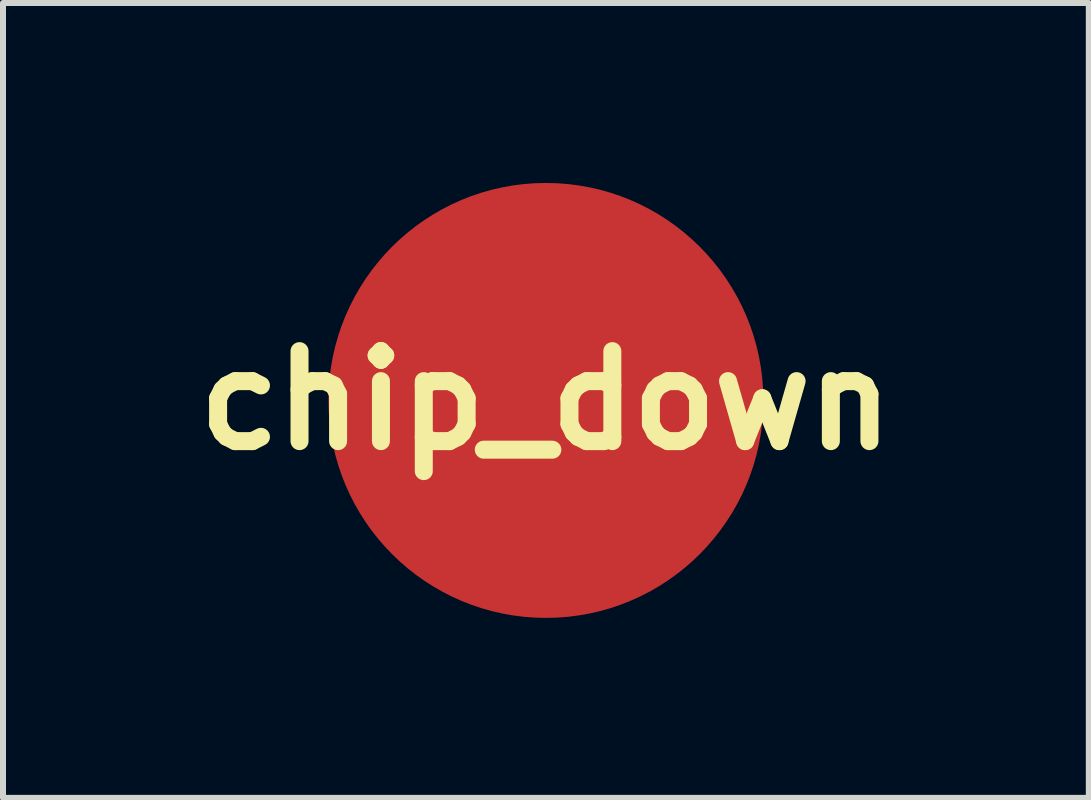
<source format=kicad_pcb>
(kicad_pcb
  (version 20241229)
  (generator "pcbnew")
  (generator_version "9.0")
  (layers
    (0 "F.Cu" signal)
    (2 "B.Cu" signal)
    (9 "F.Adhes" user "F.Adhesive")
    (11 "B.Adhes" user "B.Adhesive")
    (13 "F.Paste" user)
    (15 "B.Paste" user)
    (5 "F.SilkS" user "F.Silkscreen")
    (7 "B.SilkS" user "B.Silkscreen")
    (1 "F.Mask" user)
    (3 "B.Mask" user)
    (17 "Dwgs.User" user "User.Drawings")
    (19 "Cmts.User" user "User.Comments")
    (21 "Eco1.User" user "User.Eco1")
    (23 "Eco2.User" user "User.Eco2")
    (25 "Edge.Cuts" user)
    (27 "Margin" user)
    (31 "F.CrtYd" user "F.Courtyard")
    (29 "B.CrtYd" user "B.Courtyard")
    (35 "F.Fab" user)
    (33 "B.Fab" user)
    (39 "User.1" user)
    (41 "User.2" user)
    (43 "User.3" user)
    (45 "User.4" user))
  (footprint "chip_down"
    (layer "F.Cu")
    (at 6.05 3.625)
    (property "Reference" "chip_down" (at 0 0 0) (layer "F.SilkS") (effects (font (size 1.5 1.5) (thickness 0.3))))
    (attr board_only exclude_from_pos_files exclude_from_bom)
    (fp_poly (pts (xy 0.013 -1.841) (xy 0.036 -1.841) (xy 0.059 -1.841) (xy 0.08 -1.84) (xy 0.099 -1.84) (xy 0.115 -1.839) (xy 0.127 -1.839) (xy 0.204 -1.832) (xy 0.278 -1.824) (xy 0.35 -1.814) (xy 0.421 -1.801) (xy 0.49 -1.786) (xy 0.56 -1.768) (xy 0.629 -1.748) (xy 0.657 -1.74) (xy 0.669 -1.736) (xy 0.68 -1.732) (xy 0.688 -1.729) (xy 0.695 -1.727) (xy 0.698 -1.725) (xy 0.698 -1.725) (xy 0.697 -1.722) (xy 0.693 -1.717) (xy 0.688 -1.71) (xy 0.681 -1.702) (xy 0.674 -1.693) (xy 0.666 -1.684) (xy 0.658 -1.675) (xy 0.653 -1.67) (xy 0.623 -1.643) (xy 0.59 -1.618) (xy 0.554 -1.595) (xy 0.515 -1.573) (xy 0.473 -1.553) (xy 0.428 -1.535) (xy 0.381 -1.518) (xy 0.331 -1.504) (xy 0.279 -1.492) (xy 0.225 -1.482) (xy 0.191 -1.476) (xy 0.173 -1.474) (xy 0.156 -1.472) (xy 0.141 -1.471) (xy 0.126 -1.469) (xy 0.11 -1.468) (xy 0.093 -1.468) (xy 0.074 -1.467) (xy 0.052 -1.467) (xy 0.028 -1.467) (xy 0.01 -1.466) (xy -0.007 -1.466) (xy -0.022 -1.466) (xy -0.036 -1.466) (xy -0.047 -1.466) (xy -0.055 -1.467) (xy -0.06 -1.467) (xy -0.06 -1.467) (xy -0.065 -1.467) (xy -0.073 -1.468) (xy -0.083 -1.469) (xy -0.094 -1.469) (xy -0.096 -1.47) (xy -0.148 -1.475) (xy -0.199 -1.482) (xy -0.248 -1.491) (xy -0.297 -1.503) (xy -0.343 -1.516) (xy -0.388 -1.531) (xy -0.431 -1.548) (xy -0.471 -1.566) (xy -0.509 -1.586) (xy -0.545 -1.608) (xy -0.577 -1.631) (xy -0.606 -1.654) (xy -0.632 -1.68) (xy -0.655 -1.706) (xy -0.666 -1.721) (xy -0.67 -1.727) (xy -0.673 -1.732) (xy -0.674 -1.734) (xy -0.674 -1.734) (xy -0.672 -1.735) (xy -0.667 -1.737) (xy -0.659 -1.739) (xy -0.649 -1.742) (xy -0.638 -1.746) (xy -0.638 -1.746) (xy -0.567 -1.766) (xy -0.497 -1.784) (xy -0.426 -1.8) (xy -0.355 -1.813) (xy -0.283 -1.823) (xy -0.208 -1.832) (xy -0.131 -1.838) (xy -0.127 -1.839) (xy -0.114 -1.839) (xy -0.098 -1.84) (xy -0.078 -1.84) (xy -0.057 -1.841) (xy -0.035 -1.841) (xy -0.011 -1.841)) (stroke (width 0) (type solid)) (fill yes) (layer "F.Mask"))
    (fp_poly (pts (xy 0.113 -3.497) (xy 0.204 -3.494) (xy 0.227 -3.492) (xy 0.343 -3.483) (xy 0.458 -3.47) (xy 0.574 -3.453) (xy 0.688 -3.432) (xy 0.802 -3.407) (xy 0.915 -3.378) (xy 1.027 -3.346) (xy 1.138 -3.31) (xy 1.247 -3.271) (xy 1.354 -3.228) (xy 1.377 -3.218) (xy 1.485 -3.17) (xy 1.59 -3.118) (xy 1.694 -3.063) (xy 1.796 -3.004) (xy 1.896 -2.942) (xy 1.993 -2.877) (xy 2.089 -2.808) (xy 2.183 -2.736) (xy 2.275 -2.66) (xy 2.356 -2.588) (xy 2.37 -2.575) (xy 2.387 -2.56) (xy 2.405 -2.542) (xy 2.425 -2.523) (xy 2.445 -2.503) (xy 2.465 -2.483) (xy 2.486 -2.463) (xy 2.505 -2.443) (xy 2.523 -2.425) (xy 2.54 -2.408) (xy 2.554 -2.393) (xy 2.554 -2.393) (xy 2.634 -2.305) (xy 2.71 -2.214) (xy 2.783 -2.122) (xy 2.853 -2.027) (xy 2.92 -1.93) (xy 2.983 -1.831) (xy 3.043 -1.73) (xy 3.099 -1.627) (xy 3.152 -1.522) (xy 3.202 -1.416) (xy 3.212 -1.392) (xy 3.257 -1.285) (xy 3.298 -1.176) (xy 3.335 -1.066) (xy 3.368 -0.955) (xy 3.398 -0.843) (xy 3.424 -0.73) (xy 3.446 -0.617) (xy 3.464 -0.503) (xy 3.479 -0.389) (xy 3.489 -0.274) (xy 3.497 -0.159) (xy 3.5 -0.044) (xy 3.499 0.072) (xy 3.495 0.187) (xy 3.487 0.302) (xy 3.475 0.417) (xy 3.46 0.532) (xy 3.441 0.646) (xy 3.418 0.759) (xy 3.391 0.872) (xy 3.36 0.984) (xy 3.325 1.095) (xy 3.287 1.205) (xy 3.281 1.222) (xy 3.238 1.331) (xy 3.192 1.439) (xy 3.142 1.545) (xy 3.088 1.649) (xy 3.031 1.751) (xy 2.971 1.852) (xy 2.907 1.95) (xy 2.84 2.047) (xy 2.769 2.141) (xy 2.695 2.234) (xy 2.689 2.241) (xy 2.612 2.33) (xy 2.533 2.416) (xy 2.451 2.5) (xy 2.365 2.58) (xy 2.277 2.658) (xy 2.187 2.733) (xy 2.094 2.805) (xy 1.999 2.874) (xy 1.901 2.94) (xy 1.891 2.946) (xy 1.791 3.008) (xy 1.69 3.066) (xy 1.587 3.121) (xy 1.482 3.172) (xy 1.375 3.22) (xy 1.268 3.264) (xy 1.159 3.304) (xy 1.049 3.34) (xy 0.937 3.373) (xy 0.825 3.402) (xy 0.712 3.428) (xy 0.597 3.45) (xy 0.482 3.467) (xy 0.367 3.481) (xy 0.251 3.491) (xy 0.134 3.498) (xy 0.017 3.5) (xy -0.01 3.5) (xy -0.028 3.5) (xy -0.045 3.5) (xy -0.061 3.499) (xy -0.075 3.499) (xy -0.087 3.499) (xy -0.097 3.499) (xy -0.102 3.499) (xy -0.22 3.493) (xy -0.337 3.484) (xy -0.454 3.471) (xy -0.57 3.454) (xy -0.685 3.433) (xy -0.799 3.408) (xy -0.912 3.38) (xy -1.023 3.348) (xy -1.134 3.312) (xy -1.243 3.273) (xy -1.351 3.23) (xy -1.457 3.183) (xy -1.562 3.133) (xy -1.665 3.079) (xy -1.767 3.022) (xy -1.867 2.961) (xy -1.965 2.897) (xy -2.061 2.829) (xy -2.155 2.758) (xy -2.189 2.731) (xy -2.223 2.704) (xy -2.254 2.678) (xy -2.284 2.652) (xy -2.313 2.627) (xy -2.342 2.601) (xy -2.371 2.574) (xy -2.401 2.546) (xy -2.432 2.516) (xy -2.465 2.483) (xy -2.474 2.474) (xy -2.501 2.447) (xy -2.526 2.422) (xy -2.548 2.399) (xy -2.569 2.376) (xy -2.59 2.354) (xy -2.61 2.332) (xy -2.629 2.31) (xy -2.65 2.286) (xy -2.658 2.278) (xy -2.732 2.188) (xy -2.804 2.095) (xy -2.872 2) (xy -2.937 1.903) (xy -2.999 1.804) (xy -3.058 1.703) (xy -3.113 1.6) (xy -3.165 1.496) (xy -3.213 1.39) (xy -3.257 1.282) (xy -3.257 1.282) (xy -3.298 1.172) (xy -3.336 1.061) (xy -3.369 0.949) (xy -3.399 0.836) (xy -3.425 0.722) (xy -3.447 0.608) (xy -3.465 0.492) (xy -3.479 0.376) (xy -3.49 0.259) (xy -3.497 0.142) (xy -3.499 0.025) (xy -3.499 -0.018) (xy -3.058 -0.018) (xy -3.057 0.092) (xy -3.052 0.201) (xy -3.042 0.311) (xy -3.029 0.42) (xy -3.013 0.528) (xy -2.997 0.614) (xy -2.973 0.72) (xy -2.946 0.825) (xy -2.915 0.929) (xy -2.88 1.031) (xy -2.842 1.132) (xy -2.8 1.231) (xy -2.756 1.328) (xy -2.707 1.424) (xy -2.656 1.517) (xy -2.601 1.609) (xy -2.543 1.699) (xy -2.482 1.787) (xy -2.419 1.872) (xy -2.352 1.955) (xy -2.282 2.036) (xy -2.21 2.114) (xy -2.134 2.19) (xy -2.057 2.264) (xy -1.976 2.334) (xy -1.893 2.402) (xy -1.808 2.467) (xy -1.72 2.53) (xy -1.629 2.589) (xy -1.537 2.645) (xy -1.442 2.698) (xy -1.345 2.748) (xy -1.246 2.794) (xy -1.234 2.8) (xy -1.133 2.842) (xy -1.032 2.881) (xy -0.929 2.915) (xy -0.825 2.946) (xy -0.72 2.974) (xy -0.614 2.997) (xy -0.506 3.017) (xy -0.397 3.033) (xy -0.287 3.045) (xy -0.175 3.054) (xy -0.123 3.057) (xy -0.115 3.057) (xy -0.104 3.057) (xy -0.09 3.057) (xy -0.074 3.057) (xy -0.055 3.057) (xy -0.035 3.057) (xy -0.013 3.057) (xy 0.01 3.057) (xy 0.032 3.057) (xy 0.055 3.057) (xy 0.077 3.056) (xy 0.098 3.056) (xy 0.118 3.056) (xy 0.136 3.055) (xy 0.152 3.055) (xy 0.164 3.055) (xy 0.174 3.054) (xy 0.178 3.054) (xy 0.202 3.053) (xy 0.226 3.051) (xy 0.251 3.049) (xy 0.276 3.046) (xy 0.299 3.044) (xy 0.321 3.042) (xy 0.339 3.04) (xy 0.342 3.04) (xy 0.452 3.026) (xy 0.56 3.008) (xy 0.668 2.986) (xy 0.774 2.96) (xy 0.879 2.931) (xy 0.984 2.897) (xy 1.086 2.86) (xy 1.188 2.82) (xy 1.206 2.812) (xy 1.306 2.767) (xy 1.404 2.718) (xy 1.5 2.666) (xy 1.594 2.611) (xy 1.686 2.553) (xy 1.775 2.491) (xy 1.863 2.426) (xy 1.948 2.359) (xy 2.03 2.288) (xy 2.11 2.215) (xy 2.187 2.138) (xy 2.262 2.059) (xy 2.334 1.978) (xy 2.403 1.893) (xy 2.469 1.807) (xy 2.532 1.717) (xy 2.591 1.626) (xy 2.648 1.532) (xy 2.686 1.466) (xy 2.736 1.369) (xy 2.783 1.271) (xy 2.827 1.171) (xy 2.866 1.07) (xy 2.903 0.967) (xy 2.935 0.863) (xy 2.964 0.758) (xy 2.989 0.652) (xy 3.01 0.546) (xy 3.028 0.438) (xy 3.041 0.331) (xy 3.044 0.302) (xy 3.047 0.265) (xy 3.05 0.23) (xy 3.053 0.196) (xy 3.055 0.163) (xy 3.056 0.13) (xy 3.057 0.096) (xy 3.058 0.06) (xy 3.058 0.023) (xy 3.058 -0.018) (xy 3.057 -0.035) (xy 3.057 -0.062) (xy 3.057 -0.086) (xy 3.056 -0.107) (xy 3.056 -0.126) (xy 3.055 -0.143) (xy 3.055 -0.16) (xy 3.054 -0.176) (xy 3.053 -0.192) (xy 3.052 -0.209) (xy 3.05 -0.228) (xy 3.049 -0.249) (xy 3.048 -0.257) (xy 3.037 -0.364) (xy 3.022 -0.472) (xy 3.004 -0.579) (xy 2.982 -0.685) (xy 2.956 -0.79) (xy 2.926 -0.894) (xy 2.893 -0.996) (xy 2.856 -1.097) (xy 2.823 -1.18) (xy 2.781 -1.274) (xy 2.736 -1.368) (xy 2.688 -1.459) (xy 2.637 -1.549) (xy 2.584 -1.637) (xy 2.528 -1.722) (xy 2.492 -1.774) (xy 2.445 -1.838) (xy 2.397 -1.9) (xy 2.349 -1.959) (xy 2.298 -2.018) (xy 2.246 -2.076) (xy 2.19 -2.133) (xy 2.146 -2.178) (xy 2.067 -2.254) (xy 1.985 -2.326) (xy 1.901 -2.396) (xy 1.815 -2.462) (xy 1.726 -2.525) (xy 1.635 -2.585) (xy 1.542 -2.642) (xy 1.446 -2.695) (xy 1.387 -2.726) (xy 1.288 -2.774) (xy 1.188 -2.819) (xy 1.086 -2.86) (xy 0.983 -2.897) (xy 0.879 -2.93) (xy 0.774 -2.959) (xy 0.668 -2.985) (xy 0.561 -3.007) (xy 0.452 -3.025) (xy 0.343 -3.039) (xy 0.233 -3.049) (xy 0.21 -3.051) (xy 0.136 -3.055) (xy 0.059 -3.057) (xy -0.019 -3.058) (xy -0.098 -3.056) (xy -0.175 -3.053) (xy -0.237 -3.049) (xy -0.347 -3.039) (xy -0.455 -3.024) (xy -0.563 -3.006) (xy -0.67 -2.984) (xy -0.776 -2.959) (xy -0.881 -2.929) (xy -0.984 -2.896) (xy -1.087 -2.859) (xy -1.188 -2.819) (xy -1.287 -2.775) (xy -1.385 -2.727) (xy -1.481 -2.676) (xy -1.576 -2.621) (xy -1.668 -2.563) (xy -1.759 -2.501) (xy -1.838 -2.444) (xy -1.925 -2.376) (xy -2.009 -2.305) (xy -2.09 -2.232) (xy -2.168 -2.156) (xy -2.244 -2.077) (xy -2.316 -1.996) (xy -2.386 -1.913) (xy -2.452 -1.827) (xy -2.515 -1.739) (xy -2.575 -1.649) (xy -2.632 -1.557) (xy -2.686 -1.463) (xy -2.736 -1.368) (xy -2.783 -1.27) (xy -2.826 -1.171) (xy -2.866 -1.07) (xy -2.902 -0.967) (xy -2.934 -0.864) (xy -2.963 -0.758) (xy -2.984 -0.67) (xy -3.006 -0.563) (xy -3.024 -0.455) (xy -3.039 -0.346) (xy -3.049 -0.237) (xy -3.056 -0.127) (xy -3.058 -0.018) (xy -3.499 -0.018) (xy -3.498 -0.093) (xy -3.493 -0.211) (xy -3.486 -0.305) (xy -3.474 -0.42) (xy -3.459 -0.534) (xy -3.439 -0.648) (xy -3.416 -0.761) (xy -3.389 -0.873) (xy -3.359 -0.984) (xy -3.325 -1.094) (xy -3.287 -1.203) (xy -3.246 -1.31) (xy -3.201 -1.415) (xy -3.154 -1.519) (xy -3.106 -1.614) (xy -3.049 -1.719) (xy -2.988 -1.821) (xy -2.925 -1.921) (xy -2.858 -2.019) (xy -2.789 -2.114) (xy -2.717 -2.206) (xy -2.641 -2.296) (xy -2.563 -2.383) (xy -2.481 -2.468) (xy -2.397 -2.55) (xy -2.31 -2.629) (xy -2.22 -2.705) (xy -2.128 -2.778) (xy -2.097 -2.801) (xy -2.002 -2.871) (xy -1.904 -2.936) (xy -1.805 -2.998) (xy -1.704 -3.057) (xy -1.601 -3.112) (xy -1.497 -3.164) (xy -1.391 -3.212) (xy -1.283 -3.256) (xy -1.174 -3.297) (xy -1.064 -3.335) (xy -0.953 -3.368) (xy -0.84 -3.398) (xy -0.727 -3.424) (xy -0.612 -3.446) (xy -0.497 -3.464) (xy -0.38 -3.479) (xy -0.263 -3.49) (xy -0.254 -3.49) (xy -0.164 -3.495) (xy -0.072 -3.498) (xy 0.021 -3.499)) (stroke (width 0) (type solid)) (fill yes) (layer "F.Mask"))
    (fp_poly (pts (xy -0.778 -1.694) (xy -0.775 -1.69) (xy -0.772 -1.683) (xy -0.77 -1.681) (xy -0.753 -1.654) (xy -0.732 -1.627) (xy -0.708 -1.6) (xy -0.681 -1.574) (xy -0.651 -1.549) (xy -0.618 -1.525) (xy -0.584 -1.502) (xy -0.582 -1.502) (xy -0.535 -1.476) (xy -0.486 -1.452) (xy -0.433 -1.431) (xy -0.379 -1.412) (xy -0.322 -1.396) (xy -0.264 -1.383) (xy -0.204 -1.372) (xy -0.143 -1.364) (xy -0.081 -1.359) (xy -0.018 -1.356) (xy 0.045 -1.356) (xy 0.108 -1.358) (xy 0.17 -1.364) (xy 0.233 -1.372) (xy 0.294 -1.383) (xy 0.354 -1.397) (xy 0.403 -1.41) (xy 0.453 -1.427) (xy 0.501 -1.446) (xy 0.547 -1.467) (xy 0.591 -1.489) (xy 0.632 -1.514) (xy 0.67 -1.54) (xy 0.703 -1.567) (xy 0.723 -1.585) (xy 0.742 -1.604) (xy 0.76 -1.624) (xy 0.776 -1.644) (xy 0.789 -1.663) (xy 0.794 -1.67) (xy 0.798 -1.677) (xy 0.801 -1.682) (xy 0.804 -1.685) (xy 0.804 -1.685) (xy 0.807 -1.685) (xy 0.814 -1.683) (xy 0.823 -1.679) (xy 0.835 -1.674) (xy 0.849 -1.668) (xy 0.864 -1.661) (xy 0.882 -1.654) (xy 0.9 -1.645) (xy 0.919 -1.636) (xy 0.938 -1.627) (xy 0.958 -1.617) (xy 0.977 -1.607) (xy 0.996 -1.598) (xy 1.014 -1.588) (xy 1.031 -1.579) (xy 1.041 -1.574) (xy 1.05 -1.569) (xy 1.058 -1.565) (xy 1.063 -1.562) (xy 1.066 -1.561) (xy 1.066 -1.561) (xy 1.068 -1.562) (xy 1.073 -1.565) (xy 1.08 -1.569) (xy 1.089 -1.575) (xy 1.1 -1.582) (xy 1.112 -1.589) (xy 1.112 -1.589) (xy 1.128 -1.599) (xy 1.141 -1.607) (xy 1.151 -1.614) (xy 1.159 -1.619) (xy 1.166 -1.622) (xy 1.172 -1.625) (xy 1.176 -1.628) (xy 1.181 -1.63) (xy 1.185 -1.631) (xy 1.189 -1.633) (xy 1.212 -1.639) (xy 1.236 -1.642) (xy 1.259 -1.64) (xy 1.282 -1.636) (xy 1.303 -1.629) (xy 1.324 -1.618) (xy 1.343 -1.605) (xy 1.36 -1.589) (xy 1.374 -1.57) (xy 1.386 -1.55) (xy 1.395 -1.527) (xy 1.396 -1.522) (xy 1.398 -1.512) (xy 1.4 -1.503) (xy 1.4 -1.491) (xy 1.4 -1.482) (xy 1.4 -1.475) (xy 1.4 -1.468) (xy 1.399 -1.461) (xy 1.398 -1.453) (xy 1.397 -1.443) (xy 1.395 -1.432) (xy 1.392 -1.417) (xy 1.389 -1.401) (xy 1.377 -1.343) (xy 1.393 -1.329) (xy 1.413 -1.312) (xy 1.435 -1.293) (xy 1.458 -1.271) (xy 1.482 -1.249) (xy 1.505 -1.225) (xy 1.529 -1.202) (xy 1.551 -1.18) (xy 1.572 -1.158) (xy 1.59 -1.138) (xy 1.597 -1.13) (xy 1.658 -1.059) (xy 1.716 -0.986) (xy 1.77 -0.911) (xy 1.82 -0.834) (xy 1.867 -0.756) (xy 1.911 -0.676) (xy 1.951 -0.594) (xy 1.987 -0.51) (xy 2.02 -0.424) (xy 2.024 -0.414) (xy 2.052 -0.33) (xy 2.077 -0.244) (xy 2.098 -0.156) (xy 2.115 -0.068) (xy 2.128 0.021) (xy 2.138 0.111) (xy 2.144 0.201) (xy 2.147 0.292) (xy 2.146 0.382) (xy 2.141 0.473) (xy 2.132 0.563) (xy 2.119 0.652) (xy 2.111 0.699) (xy 2.092 0.789) (xy 2.07 0.878) (xy 2.043 0.966) (xy 2.013 1.053) (xy 1.98 1.138) (xy 1.942 1.221) (xy 1.901 1.303) (xy 1.857 1.383) (xy 1.809 1.461) (xy 1.796 1.481) (xy 1.754 1.543) (xy 1.711 1.601) (xy 1.668 1.657) (xy 1.622 1.712) (xy 1.574 1.765) (xy 1.522 1.818) (xy 1.506 1.834) (xy 1.457 1.881) (xy 1.409 1.925) (xy 1.36 1.966) (xy 1.31 2.006) (xy 1.258 2.045) (xy 1.211 2.078) (xy 1.174 2.103) (xy 1.099 2.295) (xy 1.086 2.328) (xy 1.075 2.359) (xy 1.064 2.385) (xy 1.055 2.409) (xy 1.047 2.429) (xy 1.039 2.447) (xy 1.033 2.462) (xy 1.028 2.474) (xy 1.024 2.484) (xy 1.021 2.491) (xy 1.018 2.497) (xy 1.016 2.5) (xy 1.002 2.519) (xy 0.985 2.536) (xy 0.966 2.55) (xy 0.946 2.56) (xy 0.924 2.568) (xy 0.902 2.572) (xy 0.879 2.574) (xy 0.855 2.571) (xy 0.833 2.566) (xy 0.81 2.557) (xy 0.789 2.545) (xy 0.783 2.54) (xy 0.767 2.526) (xy 0.753 2.509) (xy 0.744 2.496) (xy 0.742 2.492) (xy 0.738 2.484) (xy 0.734 2.474) (xy 0.729 2.461) (xy 0.723 2.447) (xy 0.717 2.431) (xy 0.71 2.415) (xy 0.71 2.414) (xy 0.704 2.399) (xy 0.698 2.384) (xy 0.693 2.371) (xy 0.689 2.36) (xy 0.685 2.351) (xy 0.683 2.345) (xy 0.682 2.343) (xy 0.682 2.343) (xy 0.679 2.343) (xy 0.674 2.344) (xy 0.666 2.347) (xy 0.657 2.349) (xy 0.648 2.352) (xy 0.58 2.372) (xy 0.512 2.39) (xy 0.445 2.405) (xy 0.377 2.419) (xy 0.307 2.43) (xy 0.236 2.438) (xy 0.162 2.446) (xy 0.14 2.447) (xy 0.126 2.448) (xy 0.108 2.449) (xy 0.088 2.449) (xy 0.066 2.45) (xy 0.043 2.45) (xy 0.019 2.451) (xy -0.005 2.451) (xy -0.028 2.451) (xy -0.05 2.451) (xy -0.07 2.45) (xy -0.088 2.45) (xy -0.094 2.449) (xy -0.182 2.444) (xy -0.268 2.435) (xy -0.353 2.423) (xy -0.436 2.407) (xy -0.519 2.388) (xy -0.603 2.366) (xy -0.632 2.357) (xy -0.645 2.353) (xy -0.655 2.35) (xy -0.664 2.347) (xy -0.671 2.345) (xy -0.675 2.344) (xy -0.675 2.344) (xy -0.676 2.346) (xy -0.678 2.352) (xy -0.681 2.36) (xy -0.686 2.37) (xy -0.691 2.383) (xy -0.696 2.398) (xy -0.702 2.414) (xy -0.705 2.42) (xy -0.712 2.437) (xy -0.718 2.453) (xy -0.724 2.468) (xy -0.729 2.481) (xy -0.734 2.492) (xy -0.737 2.501) (xy -0.739 2.506) (xy -0.74 2.507) (xy -0.753 2.528) (xy -0.77 2.546) (xy -0.789 2.562) (xy -0.81 2.574) (xy -0.834 2.584) (xy -0.834 2.584) (xy -0.845 2.587) (xy -0.859 2.588) (xy -0.874 2.589) (xy -0.89 2.59) (xy -0.904 2.589) (xy -0.916 2.587) (xy -0.919 2.586) (xy -0.944 2.578) (xy -0.967 2.566) (xy -0.987 2.551) (xy -0.992 2.547) (xy -0.999 2.54) (xy -1.006 2.53) (xy -1.014 2.52) (xy -1.02 2.509) (xy -1.025 2.5) (xy -1.026 2.498) (xy -1.027 2.495) (xy -1.03 2.488) (xy -1.034 2.479) (xy -1.038 2.466) (xy -1.044 2.451) (xy -1.051 2.434) (xy -1.059 2.414) (xy -1.067 2.392) (xy -1.076 2.369) (xy -1.086 2.344) (xy -1.096 2.318) (xy -1.105 2.295) (xy -1.115 2.269) (xy -1.125 2.243) (xy -1.135 2.219) (xy -1.143 2.196) (xy -1.152 2.176) (xy -1.159 2.157) (xy -1.166 2.14) (xy -1.171 2.126) (xy -1.176 2.114) (xy -1.179 2.106) (xy -1.181 2.1) (xy -1.182 2.099) (xy -1.184 2.097) (xy -1.188 2.093) (xy -1.195 2.088) (xy -1.204 2.082) (xy -1.209 2.079) (xy -1.283 2.026) (xy -1.354 1.97) (xy -1.423 1.912) (xy -1.49 1.85) (xy -1.553 1.786) (xy -1.614 1.719) (xy -1.672 1.65) (xy -1.728 1.579) (xy -1.78 1.505) (xy -1.829 1.429) (xy -1.874 1.351) (xy -1.917 1.271) (xy -1.956 1.19) (xy -1.992 1.107) (xy -2.024 1.022) (xy -2.052 0.937) (xy -2.064 0.895) (xy -2.08 0.836) (xy -1.766 0.836) (xy -1.655 1.12) (xy -1.643 1.153) (xy -1.63 1.185) (xy -1.618 1.215) (xy -1.607 1.244) (xy -1.596 1.272) (xy -1.586 1.298) (xy -1.576 1.323) (xy -1.568 1.345) (xy -1.56 1.364) (xy -1.553 1.382) (xy -1.547 1.396) (xy -1.543 1.407) (xy -1.539 1.416) (xy -1.537 1.421) (xy -1.537 1.421) (xy -1.528 1.439) (xy -1.518 1.454) (xy -1.506 1.469) (xy -1.495 1.479) (xy -1.474 1.498) (xy -1.452 1.513) (xy -1.427 1.525) (xy -1.401 1.534) (xy -1.382 1.538) (xy -1.368 1.54) (xy -1.351 1.54) (xy -1.334 1.54) (xy -1.316 1.539) (xy -1.3 1.536) (xy -1.29 1.534) (xy -1.263 1.525) (xy -1.238 1.512) (xy -1.214 1.497) (xy -1.193 1.479) (xy -1.175 1.458) (xy -1.16 1.435) (xy -1.158 1.431) (xy -1.156 1.427) (xy -1.153 1.419) (xy -1.149 1.409) (xy -1.143 1.395) (xy -1.136 1.379) (xy -1.129 1.36) (xy -1.12 1.338) (xy -1.111 1.314) (xy -1.101 1.289) (xy -1.09 1.261) (xy -1.079 1.232) (xy -1.067 1.202) (xy -1.062 1.19) (xy -0.624 1.19) (xy -0.623 1.206) (xy -0.622 1.219) (xy -0.619 1.231) (xy -0.615 1.244) (xy -0.608 1.258) (xy -0.608 1.258) (xy -0.596 1.278) (xy -0.581 1.296) (xy -0.563 1.311) (xy -0.543 1.323) (xy -0.52 1.332) (xy -0.513 1.335) (xy -0.498 1.337) (xy -0.481 1.339) (xy -0.464 1.338) (xy -0.448 1.336) (xy -0.441 1.335) (xy -0.421 1.328) (xy -0.403 1.32) (xy -0.387 1.308) (xy -0.374 1.296) (xy -0.365 1.287) (xy -0.178 1.287) (xy -0.178 1.298) (xy -0.176 1.312) (xy -0.173 1.326) (xy -0.169 1.34) (xy -0.167 1.347) (xy -0.156 1.37) (xy -0.142 1.391) (xy -0.126 1.41) (xy -0.107 1.427) (xy -0.085 1.441) (xy -0.063 1.451) (xy -0.038 1.459) (xy -0.023 1.461) (xy -0.012 1.463) (xy -0.003 1.463) (xy 0.006 1.463) (xy 0.015 1.462) (xy 0.022 1.461) (xy 0.048 1.456) (xy 0.072 1.448) (xy 0.095 1.435) (xy 0.116 1.42) (xy 0.135 1.402) (xy 0.139 1.396) (xy 0.15 1.381) (xy 0.159 1.364) (xy 0.167 1.346) (xy 0.173 1.328) (xy 0.177 1.311) (xy 0.179 1.294) (xy 0.178 1.279) (xy 0.175 1.266) (xy 0.174 1.262) (xy 0.166 1.25) (xy 0.156 1.24) (xy 0.145 1.234) (xy 0.132 1.23) (xy 0.119 1.23) (xy 0.106 1.233) (xy 0.094 1.239) (xy 0.088 1.244) (xy 0.08 1.252) (xy 0.075 1.26) (xy 0.072 1.269) (xy 0.07 1.281) (xy 0.069 1.286) (xy 0.066 1.303) (xy 0.06 1.318) (xy 0.051 1.33) (xy 0.039 1.341) (xy 0.031 1.346) (xy 0.02 1.35) (xy 0.006 1.352) (xy -0.008 1.352) (xy -0.021 1.35) (xy -0.024 1.349) (xy -0.038 1.341) (xy -0.05 1.331) (xy -0.059 1.319) (xy -0.066 1.304) (xy -0.069 1.288) (xy -0.069 1.281) (xy -0.071 1.268) (xy -0.077 1.256) (xy -0.085 1.246) (xy -0.096 1.237) (xy -0.097 1.237) (xy -0.111 1.231) (xy -0.124 1.23) (xy -0.137 1.232) (xy -0.149 1.236) (xy -0.16 1.244) (xy -0.168 1.254) (xy -0.175 1.266) (xy -0.178 1.279) (xy -0.178 1.287) (xy -0.365 1.287) (xy -0.361 1.283) (xy -0.352 1.27) (xy -0.344 1.257) (xy -0.338 1.242) (xy -0.336 1.236) (xy -0.334 1.23) (xy -0.332 1.224) (xy -0.331 1.217) (xy -0.331 1.21) (xy -0.33 1.2) (xy -0.33 1.193) (xy -0.33 1.192) (xy 0.33 1.192) (xy 0.331 1.204) (xy 0.331 1.214) (xy 0.333 1.224) (xy 0.335 1.231) (xy 0.343 1.253) (xy 0.355 1.274) (xy 0.37 1.293) (xy 0.387 1.308) (xy 0.407 1.321) (xy 0.429 1.331) (xy 0.441 1.335) (xy 0.454 1.337) (xy 0.469 1.338) (xy 0.485 1.338) (xy 0.5 1.337) (xy 0.51 1.335) (xy 0.519 1.333) (xy 0.529 1.33) (xy 0.539 1.325) (xy 0.543 1.323) (xy 0.552 1.319) (xy 0.559 1.315) (xy 0.566 1.31) (xy 0.573 1.303) (xy 0.58 1.296) (xy 0.596 1.279) (xy 0.608 1.261) (xy 0.616 1.243) (xy 0.621 1.223) (xy 0.624 1.201) (xy 0.624 1.199) (xy 0.623 1.174) (xy 0.619 1.151) (xy 0.611 1.129) (xy 0.599 1.109) (xy 0.585 1.09) (xy 0.567 1.074) (xy 0.558 1.068) (xy 0.542 1.059) (xy 0.524 1.052) (xy 0.504 1.047) (xy 0.485 1.044) (xy 0.467 1.044) (xy 0.466 1.044) (xy 0.442 1.048) (xy 0.42 1.055) (xy 0.4 1.066) (xy 0.382 1.08) (xy 0.374 1.088) (xy 0.365 1.096) (xy 0.359 1.103) (xy 0.354 1.11) (xy 0.35 1.118) (xy 0.346 1.124) (xy 0.34 1.139) (xy 0.335 1.152) (xy 0.332 1.165) (xy 0.331 1.179) (xy 0.33 1.192) (xy -0.33 1.192) (xy -0.33 1.181) (xy -0.331 1.172) (xy -0.331 1.164) (xy -0.333 1.158) (xy -0.335 1.151) (xy -0.335 1.15) (xy -0.344 1.127) (xy -0.356 1.106) (xy -0.371 1.088) (xy -0.389 1.073) (xy -0.409 1.061) (xy -0.431 1.051) (xy -0.454 1.046) (xy -0.458 1.045) (xy -0.481 1.044) (xy -0.504 1.047) (xy -0.526 1.053) (xy -0.547 1.062) (xy -0.567 1.075) (xy -0.578 1.085) (xy -0.593 1.102) (xy -0.605 1.12) (xy -0.615 1.141) (xy -0.617 1.146) (xy -0.62 1.155) (xy -0.622 1.162) (xy -0.623 1.168) (xy -0.623 1.176) (xy -0.624 1.186) (xy -0.624 1.19) (xy -1.062 1.19) (xy -1.054 1.17) (xy -1.042 1.138) (xy -1.036 1.123) (xy -1.021 1.085) (xy -1.008 1.05) (xy -0.995 1.018) (xy -0.984 0.99) (xy -0.975 0.965) (xy -0.966 0.942) (xy -0.958 0.922) (xy -0.952 0.904) (xy -0.946 0.889) (xy -0.941 0.876) (xy -0.937 0.865) (xy -0.933 0.855) (xy -0.93 0.848) (xy -0.928 0.841) (xy -0.927 0.836) (xy -0.925 0.832) (xy -0.925 0.828) (xy -0.924 0.826) (xy -0.924 0.824) (xy -0.924 0.822) (xy 0.924 0.822) (xy 0.924 0.824) (xy 0.925 0.827) (xy 0.926 0.83) (xy 0.927 0.834) (xy 0.929 0.84) (xy 0.931 0.846) (xy 0.934 0.855) (xy 0.937 0.865) (xy 0.942 0.876) (xy 0.947 0.89) (xy 0.953 0.907) (xy 0.96 0.925) (xy 0.968 0.946) (xy 0.977 0.97) (xy 0.988 0.996) (xy 0.999 1.026) (xy 1.012 1.059) (xy 1.026 1.095) (xy 1.037 1.125) (xy 1.05 1.158) (xy 1.063 1.19) (xy 1.075 1.221) (xy 1.086 1.25) (xy 1.097 1.278) (xy 1.107 1.304) (xy 1.117 1.329) (xy 1.126 1.351) (xy 1.134 1.371) (xy 1.141 1.389) (xy 1.147 1.403) (xy 1.151 1.415) (xy 1.155 1.423) (xy 1.157 1.429) (xy 1.158 1.43) (xy 1.173 1.454) (xy 1.192 1.476) (xy 1.213 1.495) (xy 1.236 1.511) (xy 1.261 1.524) (xy 1.288 1.534) (xy 1.309 1.538) (xy 1.32 1.539) (xy 1.334 1.54) (xy 1.35 1.54) (xy 1.365 1.539) (xy 1.38 1.538) (xy 1.392 1.536) (xy 1.396 1.535) (xy 1.425 1.526) (xy 1.451 1.513) (xy 1.475 1.498) (xy 1.496 1.48) (xy 1.515 1.458) (xy 1.531 1.435) (xy 1.533 1.43) (xy 1.535 1.427) (xy 1.538 1.42) (xy 1.542 1.41) (xy 1.547 1.397) (xy 1.554 1.381) (xy 1.561 1.362) (xy 1.57 1.341) (xy 1.579 1.318) (xy 1.589 1.292) (xy 1.599 1.265) (xy 1.611 1.236) (xy 1.622 1.206) (xy 1.635 1.175) (xy 1.647 1.143) (xy 1.653 1.127) (xy 1.766 0.838) (xy 1.766 0.821) (xy 1.766 0.812) (xy 1.765 0.806) (xy 1.764 0.801) (xy 1.761 0.796) (xy 1.761 0.795) (xy 1.751 0.783) (xy 1.74 0.774) (xy 1.727 0.769) (xy 1.714 0.768) (xy 1.699 0.769) (xy 1.686 0.774) (xy 1.675 0.782) (xy 1.669 0.789) (xy 1.668 0.792) (xy 1.665 0.798) (xy 1.661 0.807) (xy 1.656 0.82) (xy 1.65 0.835) (xy 1.643 0.853) (xy 1.634 0.874) (xy 1.625 0.897) (xy 1.616 0.922) (xy 1.605 0.948) (xy 1.594 0.977) (xy 1.582 1.006) (xy 1.57 1.037) (xy 1.558 1.069) (xy 1.553 1.083) (xy 1.54 1.115) (xy 1.528 1.147) (xy 1.516 1.177) (xy 1.505 1.206) (xy 1.494 1.234) (xy 1.484 1.26) (xy 1.474 1.283) (xy 1.466 1.305) (xy 1.458 1.324) (xy 1.452 1.341) (xy 1.446 1.355) (xy 1.442 1.366) (xy 1.438 1.374) (xy 1.437 1.378) (xy 1.436 1.379) (xy 1.432 1.385) (xy 1.426 1.393) (xy 1.42 1.4) (xy 1.419 1.401) (xy 1.404 1.414) (xy 1.387 1.423) (xy 1.369 1.429) (xy 1.351 1.431) (xy 1.332 1.431) (xy 1.314 1.427) (xy 1.297 1.419) (xy 1.281 1.409) (xy 1.272 1.401) (xy 1.266 1.394) (xy 1.26 1.387) (xy 1.255 1.38) (xy 1.255 1.379) (xy 1.254 1.376) (xy 1.251 1.37) (xy 1.247 1.36) (xy 1.242 1.347) (xy 1.236 1.332) (xy 1.229 1.313) (xy 1.22 1.293) (xy 1.211 1.27) (xy 1.202 1.245) (xy 1.191 1.218) (xy 1.18 1.189) (xy 1.168 1.159) (xy 1.156 1.128) (xy 1.144 1.096) (xy 1.139 1.085) (xy 1.127 1.052) (xy 1.115 1.021) (xy 1.103 0.991) (xy 1.092 0.962) (xy 1.081 0.935) (xy 1.071 0.909) (xy 1.062 0.885) (xy 1.053 0.864) (xy 1.046 0.845) (xy 1.039 0.829) (xy 1.034 0.815) (xy 1.029 0.804) (xy 1.026 0.797) (xy 1.025 0.793) (xy 1.024 0.792) (xy 1.016 0.781) (xy 1.005 0.774) (xy 0.992 0.769) (xy 0.977 0.768) (xy 0.974 0.768) (xy 0.959 0.771) (xy 0.947 0.777) (xy 0.937 0.786) (xy 0.93 0.797) (xy 0.925 0.811) (xy 0.924 0.822) (xy -0.924 0.822) (xy -0.924 0.822) (xy -0.925 0.808) (xy -0.93 0.795) (xy -0.938 0.785) (xy -0.947 0.777) (xy -0.958 0.771) (xy -0.97 0.768) (xy -0.982 0.767) (xy -0.995 0.77) (xy -1.007 0.775) (xy -1.017 0.784) (xy -1.018 0.786) (xy -1.02 0.787) (xy -1.021 0.789) (xy -1.022 0.792) (xy -1.024 0.796) (xy -1.026 0.8) (xy -1.029 0.806) (xy -1.032 0.813) (xy -1.036 0.822) (xy -1.04 0.833) (xy -1.045 0.845) (xy -1.051 0.86) (xy -1.058 0.877) (xy -1.065 0.896) (xy -1.074 0.918) (xy -1.084 0.943) (xy -1.094 0.971) (xy -1.106 1.001) (xy -1.12 1.036) (xy -1.134 1.073) (xy -1.138 1.083) (xy -1.151 1.116) (xy -1.163 1.147) (xy -1.175 1.178) (xy -1.186 1.207) (xy -1.197 1.235) (xy -1.207 1.261) (xy -1.217 1.285) (xy -1.225 1.307) (xy -1.233 1.326) (xy -1.24 1.343) (xy -1.246 1.357) (xy -1.25 1.368) (xy -1.254 1.376) (xy -1.256 1.381) (xy -1.256 1.382) (xy -1.264 1.392) (xy -1.273 1.403) (xy -1.285 1.412) (xy -1.296 1.419) (xy -1.298 1.421) (xy -1.316 1.427) (xy -1.336 1.431) (xy -1.356 1.431) (xy -1.376 1.427) (xy -1.394 1.42) (xy -1.395 1.419) (xy -1.407 1.412) (xy -1.418 1.402) (xy -1.428 1.391) (xy -1.431 1.387) (xy -1.432 1.384) (xy -1.434 1.38) (xy -1.437 1.375) (xy -1.44 1.368) (xy -1.443 1.36) (xy -1.448 1.349) (xy -1.453 1.337) (xy -1.459 1.322) (xy -1.466 1.305) (xy -1.473 1.285) (xy -1.482 1.263) (xy -1.492 1.237) (xy -1.503 1.209) (xy -1.515 1.178) (xy -1.529 1.143) (xy -1.544 1.105) (xy -1.552 1.084) (xy -1.569 1.039) (xy -1.585 0.998) (xy -1.599 0.961) (xy -1.613 0.928) (xy -1.624 0.898) (xy -1.635 0.872) (xy -1.644 0.849) (xy -1.651 0.83) (xy -1.658 0.814) (xy -1.663 0.802) (xy -1.666 0.794) (xy -1.669 0.789) (xy -1.67 0.787) (xy -1.68 0.777) (xy -1.692 0.771) (xy -1.706 0.768) (xy -1.707 0.768) (xy -1.723 0.769) (xy -1.736 0.773) (xy -1.748 0.78) (xy -1.757 0.791) (xy -1.76 0.796) (xy -1.763 0.802) (xy -1.765 0.808) (xy -1.766 0.815) (xy -1.766 0.821) (xy -1.766 0.836) (xy -2.08 0.836) (xy -2.083 0.826) (xy -2.098 0.758) (xy -2.112 0.69) (xy -2.123 0.62) (xy -2.133 0.549) (xy -2.14 0.474) (xy -2.141 0.46) (xy -2.142 0.447) (xy -2.143 0.43) (xy -2.143 0.41) (xy -2.144 0.389) (xy -2.144 0.365) (xy -2.145 0.34) (xy -2.145 0.315) (xy -2.145 0.289) (xy -2.145 0.264) (xy -2.145 0.24) (xy -2.144 0.218) (xy -2.144 0.198) (xy -2.143 0.18) (xy -2.142 0.166) (xy -2.142 0.163) (xy -2.134 0.076) (xy -2.124 -0.008) (xy -2.11 -0.089) (xy -2.094 -0.169) (xy -2.075 -0.248) (xy -2.053 -0.326) (xy -2.027 -0.403) (xy -1.998 -0.48) (xy -1.992 -0.496) (xy -1.956 -0.58) (xy -1.916 -0.663) (xy -1.873 -0.744) (xy -1.827 -0.823) (xy -1.777 -0.9) (xy -1.724 -0.975) (xy -1.668 -1.047) (xy -1.609 -1.117) (xy -1.546 -1.184) (xy -1.481 -1.249) (xy -1.417 -1.308) (xy -1.408 -1.316) (xy -1.4 -1.324) (xy -1.393 -1.33) (xy -1.388 -1.334) (xy -1.386 -1.337) (xy -1.386 -1.337) (xy -1.387 -1.34) (xy -1.388 -1.346) (xy -1.389 -1.354) (xy -1.391 -1.365) (xy -1.394 -1.378) (xy -1.396 -1.39) (xy -1.4 -1.412) (xy -1.403 -1.43) (xy -1.405 -1.445) (xy -1.406 -1.459) (xy -1.406 -1.471) (xy -1.405 -1.481) (xy -1.404 -1.492) (xy -1.402 -1.498) (xy -1.394 -1.522) (xy -1.383 -1.544) (xy -1.368 -1.563) (xy -1.351 -1.58) (xy -1.332 -1.595) (xy -1.31 -1.606) (xy -1.287 -1.614) (xy -1.278 -1.616) (xy -1.258 -1.62) (xy -1.238 -1.62) (xy -1.218 -1.617) (xy -1.215 -1.616) (xy -1.206 -1.614) (xy -1.198 -1.612) (xy -1.189 -1.609) (xy -1.18 -1.605) (xy -1.17 -1.6) (xy -1.159 -1.593) (xy -1.145 -1.585) (xy -1.131 -1.576) (xy -1.12 -1.569) (xy -1.109 -1.562) (xy -1.101 -1.557) (xy -1.094 -1.553) (xy -1.089 -1.55) (xy -1.088 -1.55) (xy -1.085 -1.55) (xy -1.079 -1.553) (xy -1.071 -1.557) (xy -1.059 -1.563) (xy -1.051 -1.568) (xy -1.007 -1.592) (xy -0.961 -1.615) (xy -0.916 -1.637) (xy -0.898 -1.646) (xy -0.886 -1.651) (xy -0.873 -1.657) (xy -0.859 -1.663) (xy -0.844 -1.67) (xy -0.83 -1.676) (xy -0.817 -1.681) (xy -0.805 -1.686) (xy -0.795 -1.69) (xy -0.787 -1.693) (xy -0.782 -1.695) (xy -0.78 -1.696)) (stroke (width 0) (type solid)) (fill yes) (layer "F.Mask"))
    (pad "1" smd circle (at 0 0) (size 7.25 7.25) (layers "F.Cu")))
  (gr_rect
    (start -3 -3)
    (end 15.1 10.25)
    (stroke (width 0.1) (type default))
    (fill no)
    (layer "Edge.Cuts")))
</source>
